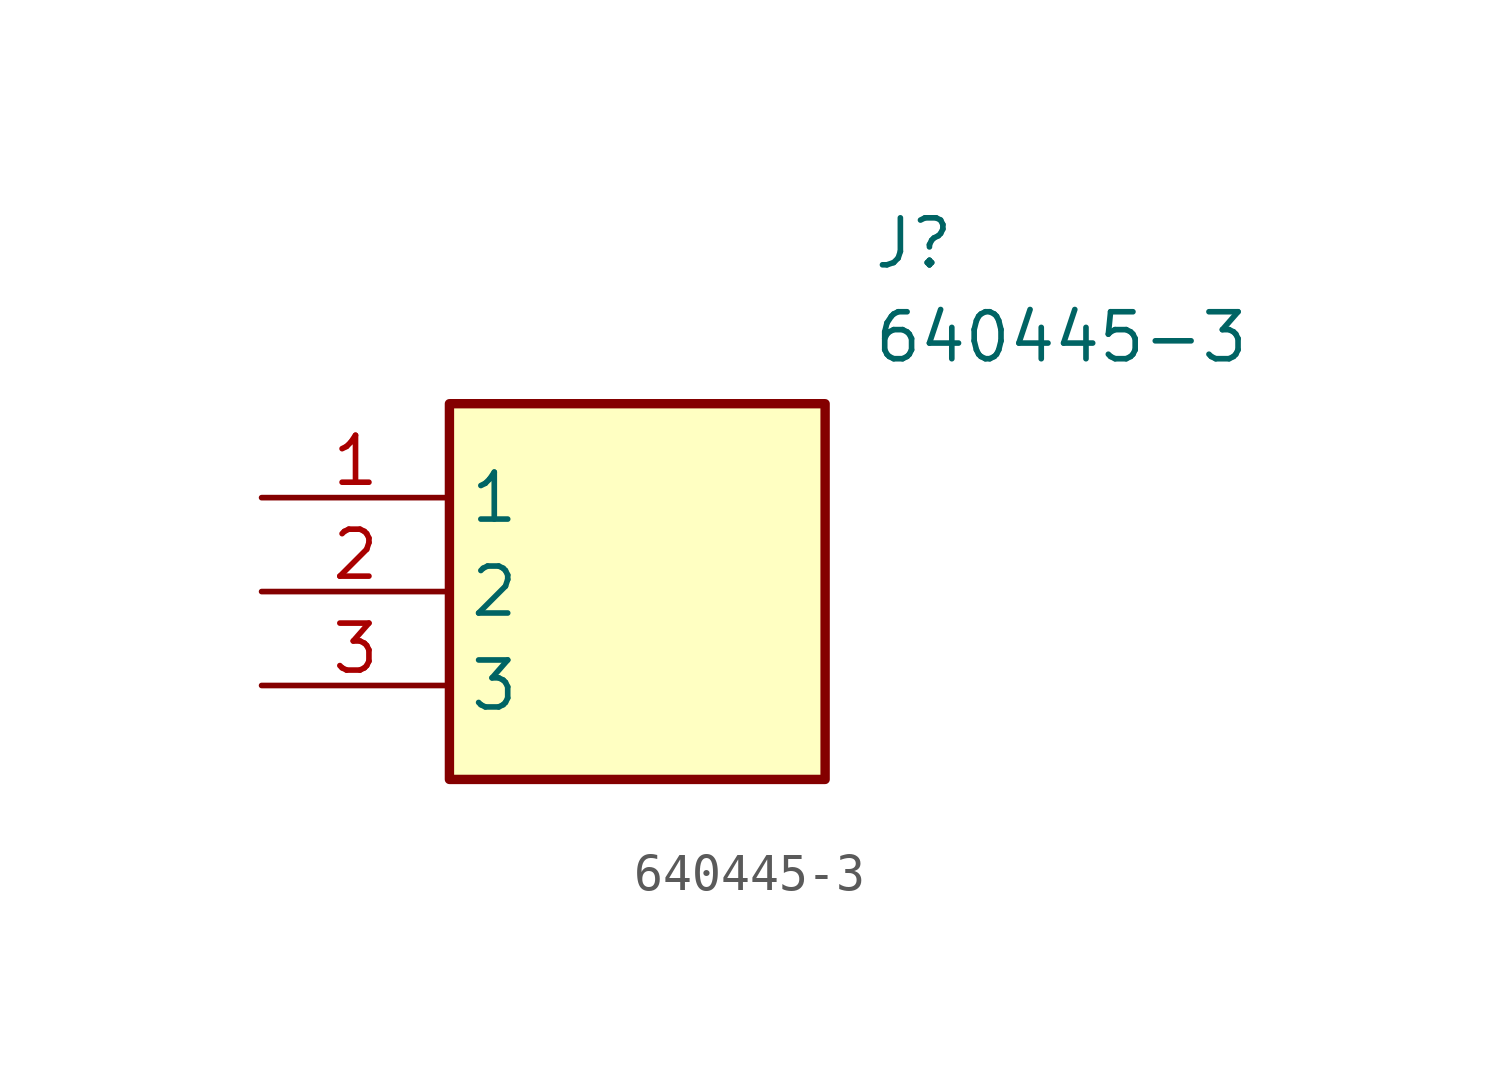
<source format=kicad_sym>
(kicad_symbol_lib
  (version 20211014)
  (generator SamacSys_ECAD_Model)
  (symbol "640445-3"
    (property "Reference" "J"
      (at 16.51 7.62 0)
      (effects (font (size 1.27 1.27)) (justify left top)))
    (property "Value" "640445-3"
      (at 16.51 5.08 0)
      (effects (font (size 1.27 1.27)) (justify left top)))
    (rectangle
      (start 5.08 2.54)
      (end 15.24 -7.62)
      (stroke (width 0.254) (type default))
      (fill (type background)))
    (pin passive line
      (at 0 0 0)
      (length 5.08)
      (name "1" (effects (font (size 1.27 1.27))))
      (number "1" (effects (font (size 1.27 1.27)))))
    (pin passive line
      (at 0 -2.54 0)
      (length 5.08)
      (name "2" (effects (font (size 1.27 1.27))))
      (number "2" (effects (font (size 1.27 1.27)))))
    (pin passive line
      (at 0 -5.08 0)
      (length 5.08)
      (name "3" (effects (font (size 1.27 1.27))))
      (number "3" (effects (font (size 1.27 1.27)))))))
</source>
